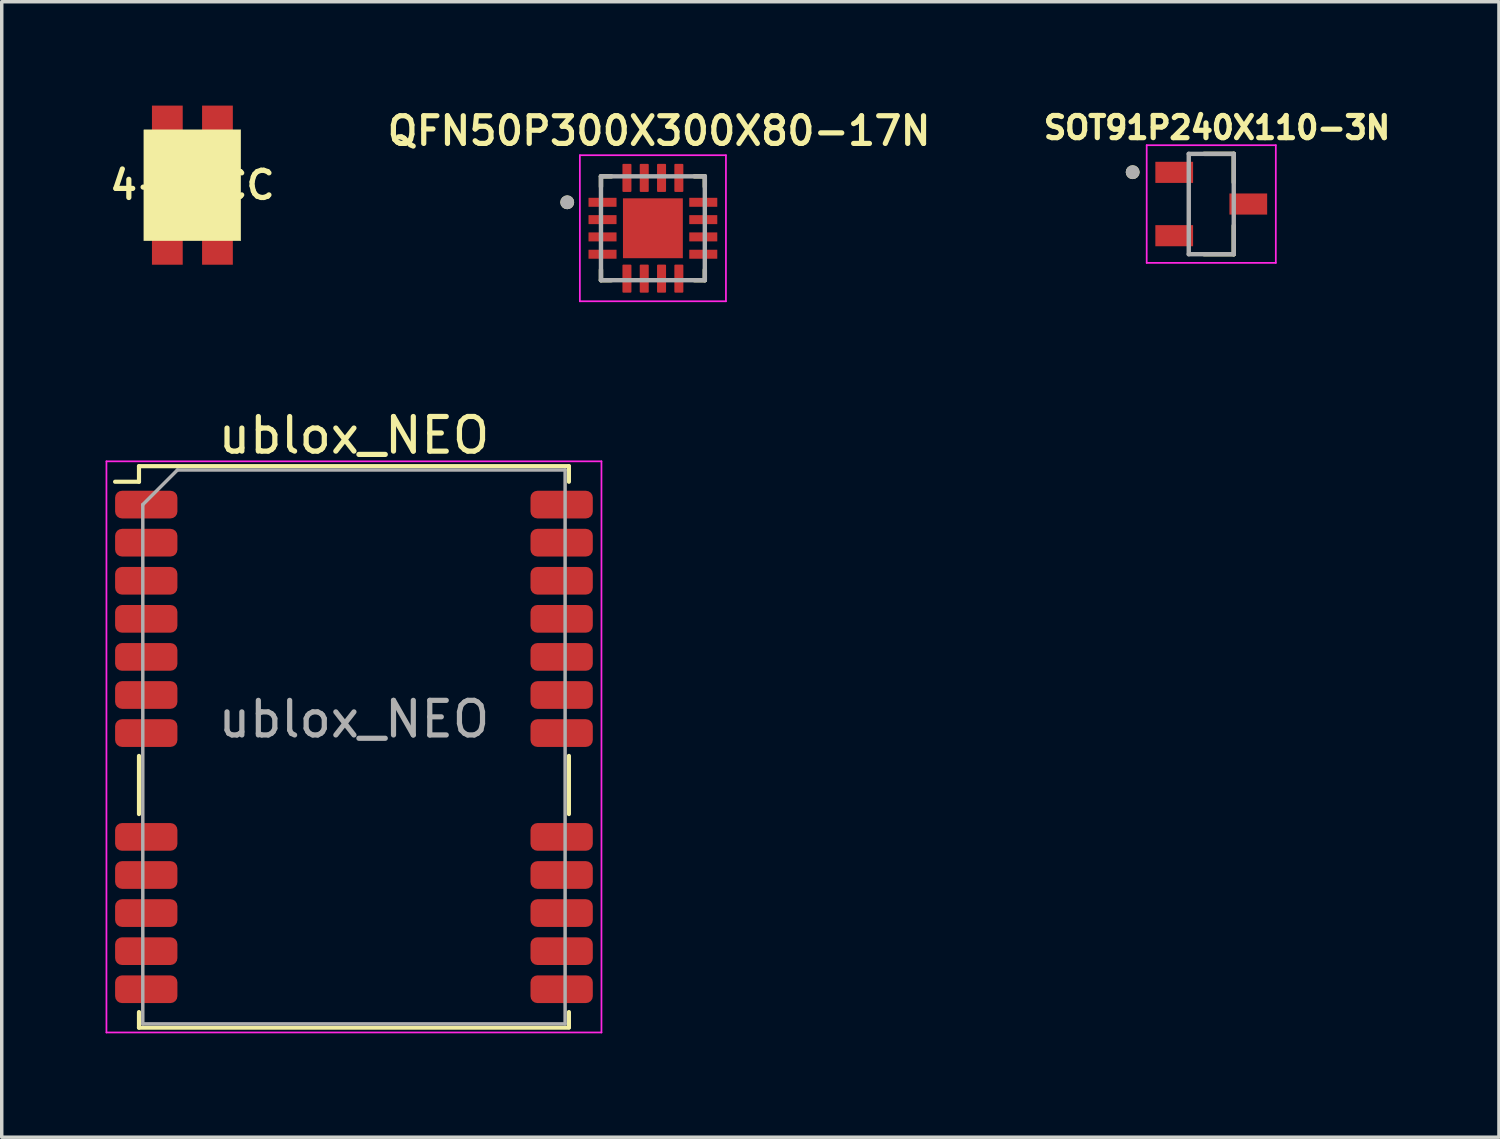
<source format=kicad_pcb>
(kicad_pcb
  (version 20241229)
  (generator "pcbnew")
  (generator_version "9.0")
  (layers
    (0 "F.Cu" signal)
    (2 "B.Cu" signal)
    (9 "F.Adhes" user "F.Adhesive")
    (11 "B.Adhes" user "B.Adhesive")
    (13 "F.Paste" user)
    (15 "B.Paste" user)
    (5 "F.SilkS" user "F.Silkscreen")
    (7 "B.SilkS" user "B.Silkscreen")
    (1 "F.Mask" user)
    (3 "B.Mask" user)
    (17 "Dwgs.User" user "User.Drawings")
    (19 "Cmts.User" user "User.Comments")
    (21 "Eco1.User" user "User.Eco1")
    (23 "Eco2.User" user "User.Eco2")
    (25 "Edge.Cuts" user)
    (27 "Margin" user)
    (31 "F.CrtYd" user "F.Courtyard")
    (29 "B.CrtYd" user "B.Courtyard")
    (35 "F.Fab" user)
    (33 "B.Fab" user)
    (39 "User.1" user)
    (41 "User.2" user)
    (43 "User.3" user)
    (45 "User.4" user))
  (footprint "ublox_NEO"
    (layer "F.Cu")
    (at 7.175 18.527)
    (property "Reference" "ublox_NEO" (at 0 -9 0) (layer "F.SilkS") (effects (font (size 1 1) (thickness 0.15))))
    (attr smd)
    (fp_line (start -6.9 -7.66) (end -6.21 -7.66) (stroke (width 0.12) (type solid)) (layer "F.SilkS"))
    (fp_line (start -6.21 -8.11) (end -6.21 -7.66) (stroke (width 0.12) (type solid)) (layer "F.SilkS"))
    (fp_line (start -6.21 -8.11) (end 6.21 -8.11) (stroke (width 0.12) (type solid)) (layer "F.SilkS"))
    (fp_line (start -6.21 0.26) (end -6.21 1.94) (stroke (width 0.12) (type solid)) (layer "F.SilkS"))
    (fp_line (start -6.21 7.66) (end -6.21 8.11) (stroke (width 0.12) (type solid)) (layer "F.SilkS"))
    (fp_line (start -6.21 8.11) (end 6.21 8.11) (stroke (width 0.12) (type solid)) (layer "F.SilkS"))
    (fp_line (start 6.21 -8.11) (end 6.21 -7.66) (stroke (width 0.12) (type solid)) (layer "F.SilkS"))
    (fp_line (start 6.21 0.26) (end 6.21 1.94) (stroke (width 0.12) (type solid)) (layer "F.SilkS"))
    (fp_line (start 6.21 7.66) (end 6.21 8.1) (stroke (width 0.12) (type solid)) (layer "F.SilkS"))
    (fp_line (start -7.15 -8.25) (end -7.15 8.25) (stroke (width 0.05) (type solid)) (layer "F.CrtYd"))
    (fp_line (start -7.15 -8.25) (end 7.15 -8.25) (stroke (width 0.05) (type solid)) (layer "F.CrtYd"))
    (fp_line (start -7.15 8.25) (end 7.15 8.25) (stroke (width 0.05) (type solid)) (layer "F.CrtYd"))
    (fp_line (start 7.15 -8.25) (end 7.15 8.25) (stroke (width 0.05) (type solid)) (layer "F.CrtYd"))
    (fp_line (start -6.1 -7) (end -6.1 8) (stroke (width 0.1) (type solid)) (layer "F.Fab"))
    (fp_line (start -6.1 8) (end 6.1 8) (stroke (width 0.1) (type solid)) (layer "F.Fab"))
    (fp_line (start -5.1 -8) (end -6.1 -7) (stroke (width 0.1) (type solid)) (layer "F.Fab"))
    (fp_line (start -5.1 -8) (end 6.1 -8) (stroke (width 0.1) (type solid)) (layer "F.Fab"))
    (fp_line (start 6.1 -8) (end 6.1 8) (stroke (width 0.1) (type solid)) (layer "F.Fab"))
    (fp_text user "${REFERENCE}" (at 0 -0.8 0) (layer "F.Fab") (effects (font (size 1 1) (thickness 0.15))))
    (pad "1" smd roundrect (at -6 -7) (size 1.8 0.8) (layers "F.Cu" "F.Mask" "F.Paste") (roundrect_rratio 0.25))
    (pad "2" smd roundrect (at -6 -5.9) (size 1.8 0.8) (layers "F.Cu" "F.Mask" "F.Paste") (roundrect_rratio 0.25))
    (pad "3" smd roundrect (at -6 -4.8) (size 1.8 0.8) (layers "F.Cu" "F.Mask" "F.Paste") (roundrect_rratio 0.25))
    (pad "4" smd roundrect (at -6 -3.7) (size 1.8 0.8) (layers "F.Cu" "F.Mask" "F.Paste") (roundrect_rratio 0.25))
    (pad "5" smd roundrect (at -6 -2.6) (size 1.8 0.8) (layers "F.Cu" "F.Mask" "F.Paste") (roundrect_rratio 0.25))
    (pad "6" smd roundrect (at -6 -1.5) (size 1.8 0.8) (layers "F.Cu" "F.Mask" "F.Paste") (roundrect_rratio 0.25))
    (pad "7" smd roundrect (at -6 -0.4) (size 1.8 0.8) (layers "F.Cu" "F.Mask" "F.Paste") (roundrect_rratio 0.25))
    (pad "8" smd roundrect (at -6 2.6) (size 1.8 0.8) (layers "F.Cu" "F.Mask" "F.Paste") (roundrect_rratio 0.25))
    (pad "9" smd roundrect (at -6 3.7) (size 1.8 0.8) (layers "F.Cu" "F.Mask" "F.Paste") (roundrect_rratio 0.25))
    (pad "10" smd roundrect (at -6 4.8) (size 1.8 0.8) (layers "F.Cu" "F.Mask" "F.Paste") (roundrect_rratio 0.25))
    (pad "11" smd roundrect (at -6 5.9) (size 1.8 0.8) (layers "F.Cu" "F.Mask" "F.Paste") (roundrect_rratio 0.25))
    (pad "12" smd roundrect (at -6 7) (size 1.8 0.8) (layers "F.Cu" "F.Mask" "F.Paste") (roundrect_rratio 0.25))
    (pad "13" smd roundrect (at 6 7) (size 1.8 0.8) (layers "F.Cu" "F.Mask" "F.Paste") (roundrect_rratio 0.25))
    (pad "14" smd roundrect (at 6 5.9) (size 1.8 0.8) (layers "F.Cu" "F.Mask" "F.Paste") (roundrect_rratio 0.25))
    (pad "15" smd roundrect (at 6 4.8) (size 1.8 0.8) (layers "F.Cu" "F.Mask" "F.Paste") (roundrect_rratio 0.25))
    (pad "16" smd roundrect (at 6 3.7) (size 1.8 0.8) (layers "F.Cu" "F.Mask" "F.Paste") (roundrect_rratio 0.25))
    (pad "17" smd roundrect (at 6 2.6) (size 1.8 0.8) (layers "F.Cu" "F.Mask" "F.Paste") (roundrect_rratio 0.25))
    (pad "18" smd roundrect (at 6 -0.4) (size 1.8 0.8) (layers "F.Cu" "F.Mask" "F.Paste") (roundrect_rratio 0.25))
    (pad "19" smd roundrect (at 6 -1.5) (size 1.8 0.8) (layers "F.Cu" "F.Mask" "F.Paste") (roundrect_rratio 0.25))
    (pad "20" smd roundrect (at 6 -2.6) (size 1.8 0.8) (layers "F.Cu" "F.Mask" "F.Paste") (roundrect_rratio 0.25))
    (pad "21" smd roundrect (at 6 -3.7) (size 1.8 0.8) (layers "F.Cu" "F.Mask" "F.Paste") (roundrect_rratio 0.25))
    (pad "22" smd roundrect (at 6 -4.8) (size 1.8 0.8) (layers "F.Cu" "F.Mask" "F.Paste") (roundrect_rratio 0.25))
    (pad "23" smd roundrect (at 6 -5.9) (size 1.8 0.8) (layers "F.Cu" "F.Mask" "F.Paste") (roundrect_rratio 0.25))
    (pad "24" smd roundrect (at 6 -7) (size 1.8 0.8) (layers "F.Cu" "F.Mask" "F.Paste") (roundrect_rratio 0.25)))
  (footprint "QFN50P300X300X80-17N"
    (layer "F.Cu")
    (at 15.811 3.544)
    (property "Reference" "QFN50P300X300X80-17N" (at 0.18 -2.813 0) (layer "F.SilkS") (effects (font (size 0.8 0.8) (thickness 0.15))))
    (attr through_hole)
    (fp_line (start -1.5 -1.5) (end -1.5 -1.2) (stroke (width 0.127) (type solid)) (layer "F.SilkS"))
    (fp_line (start -1.5 -1.5) (end -1.2 -1.5) (stroke (width 0.127) (type solid)) (layer "F.SilkS"))
    (fp_line (start -1.5 1.5) (end -1.5 1.2) (stroke (width 0.127) (type solid)) (layer "F.SilkS"))
    (fp_line (start -1.5 1.5) (end -1.2 1.5) (stroke (width 0.127) (type solid)) (layer "F.SilkS"))
    (fp_line (start 1.5 -1.5) (end 1.2 -1.5) (stroke (width 0.127) (type solid)) (layer "F.SilkS"))
    (fp_line (start 1.5 -1.5) (end 1.5 -1.2) (stroke (width 0.127) (type solid)) (layer "F.SilkS"))
    (fp_line (start 1.5 1.5) (end 1.2 1.5) (stroke (width 0.127) (type solid)) (layer "F.SilkS"))
    (fp_line (start 1.5 1.5) (end 1.5 1.2) (stroke (width 0.127) (type solid)) (layer "F.SilkS"))
    (fp_circle (center -2.475 -0.75) (end -2.375 -0.75) (stroke (width 0.2) (type solid)) (fill no) (layer "F.SilkS"))
    (fp_poly (pts (xy -0.55 -0.55) (xy 0.55 -0.55) (xy 0.55 0.55) (xy -0.55 0.55)) (stroke (width 0.01) (type solid)) (fill yes) (layer "F.Paste"))
    (fp_line (start -2.11 -2.11) (end 2.11 -2.11) (stroke (width 0.05) (type solid)) (layer "F.CrtYd"))
    (fp_line (start -2.11 2.11) (end -2.11 -2.11) (stroke (width 0.05) (type solid)) (layer "F.CrtYd"))
    (fp_line (start -2.11 2.11) (end 2.11 2.11) (stroke (width 0.05) (type solid)) (layer "F.CrtYd"))
    (fp_line (start 2.11 2.11) (end 2.11 -2.11) (stroke (width 0.05) (type solid)) (layer "F.CrtYd"))
    (fp_line (start -1.5 1.5) (end -1.5 -1.5) (stroke (width 0.127) (type solid)) (layer "F.Fab"))
    (fp_line (start 1.5 -1.5) (end -1.5 -1.5) (stroke (width 0.127) (type solid)) (layer "F.Fab"))
    (fp_line (start 1.5 1.5) (end -1.5 1.5) (stroke (width 0.127) (type solid)) (layer "F.Fab"))
    (fp_line (start 1.5 1.5) (end 1.5 -1.5) (stroke (width 0.127) (type solid)) (layer "F.Fab"))
    (fp_circle (center -2.475 -0.75) (end -2.375 -0.75) (stroke (width 0.2) (type solid)) (fill no) (layer "F.Fab"))
    (pad "1" smd roundrect (at -1.455 -0.75) (size 0.81 0.26) (layers "F.Cu" "F.Mask" "F.Paste") (roundrect_rratio 0.03))
    (pad "2" smd roundrect (at -1.455 -0.25) (size 0.81 0.26) (layers "F.Cu" "F.Mask" "F.Paste") (roundrect_rratio 0.03))
    (pad "3" smd roundrect (at -1.455 0.25) (size 0.81 0.26) (layers "F.Cu" "F.Mask" "F.Paste") (roundrect_rratio 0.03))
    (pad "4" smd roundrect (at -1.455 0.75) (size 0.81 0.26) (layers "F.Cu" "F.Mask" "F.Paste") (roundrect_rratio 0.03))
    (pad "5" smd roundrect (at -0.75 1.455) (size 0.26 0.81) (layers "F.Cu" "F.Mask" "F.Paste") (roundrect_rratio 0.1))
    (pad "6" smd roundrect (at -0.25 1.455) (size 0.26 0.81) (layers "F.Cu" "F.Mask" "F.Paste") (roundrect_rratio 0.1))
    (pad "7" smd roundrect (at 0.25 1.455) (size 0.26 0.81) (layers "F.Cu" "F.Mask" "F.Paste") (roundrect_rratio 0.1))
    (pad "8" smd roundrect (at 0.75 1.455) (size 0.26 0.81) (layers "F.Cu" "F.Mask" "F.Paste") (roundrect_rratio 0.1))
    (pad "9" smd roundrect (at 1.455 0.75) (size 0.81 0.26) (layers "F.Cu" "F.Mask" "F.Paste") (roundrect_rratio 0.03))
    (pad "10" smd roundrect (at 1.455 0.25) (size 0.81 0.26) (layers "F.Cu" "F.Mask" "F.Paste") (roundrect_rratio 0.03))
    (pad "11" smd roundrect (at 1.455 -0.25) (size 0.81 0.26) (layers "F.Cu" "F.Mask" "F.Paste") (roundrect_rratio 0.03))
    (pad "12" smd roundrect (at 1.455 -0.75) (size 0.81 0.26) (layers "F.Cu" "F.Mask" "F.Paste") (roundrect_rratio 0.03))
    (pad "13" smd roundrect (at 0.75 -1.455) (size 0.26 0.81) (layers "F.Cu" "F.Mask" "F.Paste") (roundrect_rratio 0.1))
    (pad "14" smd roundrect (at 0.25 -1.455) (size 0.26 0.81) (layers "F.Cu" "F.Mask" "F.Paste") (roundrect_rratio 0.1))
    (pad "15" smd roundrect (at -0.25 -1.455) (size 0.26 0.81) (layers "F.Cu" "F.Mask" "F.Paste") (roundrect_rratio 0.1))
    (pad "16" smd roundrect (at -0.75 -1.455) (size 0.26 0.81) (layers "F.Cu" "F.Mask" "F.Paste") (roundrect_rratio 0.1))
    (pad "17" smd rect (at 0 0) (size 1.73 1.73) (layers "F.Cu" "F.Mask")))
  (footprint "SOT91P240X110-3N"
    (layer "F.Cu")
    (at 31.941 2.844)
    (property "Reference" "SOT91P240X110-3N" (at 0.167 -2.206 0) (layer "F.SilkS") (effects (font (size 0.64 0.64) (thickness 0.15))))
    (attr through_hole)
    (fp_line (start -0.205 1.45) (end 0.65 1.45) (stroke (width 0.127) (type solid)) (layer "F.SilkS"))
    (fp_line (start 0.65 -1.45) (end -0.205 -1.45) (stroke (width 0.127) (type solid)) (layer "F.SilkS"))
    (fp_line (start 0.65 -0.625) (end 0.65 -1.45) (stroke (width 0.127) (type solid)) (layer "F.SilkS"))
    (fp_line (start 0.65 1.45) (end 0.65 0.625) (stroke (width 0.127) (type solid)) (layer "F.SilkS"))
    (fp_circle (center -2.27 -0.92) (end -2.17 -0.92) (stroke (width 0.2) (type solid)) (fill no) (layer "F.SilkS"))
    (fp_line (start -1.865 -1.7) (end -1.865 1.7) (stroke (width 0.05) (type solid)) (layer "F.CrtYd"))
    (fp_line (start -1.865 1.7) (end 1.865 1.7) (stroke (width 0.05) (type solid)) (layer "F.CrtYd"))
    (fp_line (start 1.865 -1.7) (end -1.865 -1.7) (stroke (width 0.05) (type solid)) (layer "F.CrtYd"))
    (fp_line (start 1.865 1.7) (end 1.865 -1.7) (stroke (width 0.05) (type solid)) (layer "F.CrtYd"))
    (fp_line (start -0.65 -1.45) (end -0.65 1.45) (stroke (width 0.127) (type solid)) (layer "F.Fab"))
    (fp_line (start -0.65 1.45) (end 0.65 1.45) (stroke (width 0.127) (type solid)) (layer "F.Fab"))
    (fp_line (start 0.65 -1.45) (end -0.65 -1.45) (stroke (width 0.127) (type solid)) (layer "F.Fab"))
    (fp_line (start 0.65 1.45) (end 0.65 -1.45) (stroke (width 0.127) (type solid)) (layer "F.Fab"))
    (fp_circle (center -2.27 -0.92) (end -2.17 -0.92) (stroke (width 0.2) (type solid)) (fill no) (layer "F.Fab"))
    (pad "1" smd rect (at -1.07 -0.915) (size 1.09 0.61) (layers "F.Cu" "F.Mask" "F.Paste"))
    (pad "2" smd rect (at -1.07 0.915) (size 1.09 0.61) (layers "F.Cu" "F.Mask" "F.Paste"))
    (pad "3" smd rect (at 1.07 0) (size 1.09 0.61) (layers "F.Cu" "F.Mask" "F.Paste")))
  (footprint "4-PLCC"
    (layer "F.Cu")
    (at 2.508 2.299)
    (property "Reference" "4-PLCC" (at 0 0 0) (layer "F.SilkS") (effects (font (size 0.787 0.787) (thickness 0.15))))
    (attr through_hole)
    (fp_poly (pts (xy -1.402 -1.6) (xy 1.397 -1.6) (xy 1.397 1.606) (xy -1.402 1.606)) (stroke (width 0.01) (type solid)) (fill yes) (layer "F.SilkS"))
    (pad "P$1" smd rect (at -0.724 -1.549) (size 0.889 1.499) (layers "F.Cu" "F.Mask" "F.Paste"))
    (pad "P$2" smd rect (at -0.724 1.549) (size 0.889 1.499) (layers "F.Cu" "F.Mask" "F.Paste"))
    (pad "P$3" smd rect (at 0.724 -1.549) (size 0.889 1.499) (layers "F.Cu" "F.Mask" "F.Paste"))
    (pad "P$4" smd rect (at 0.724 1.549) (size 0.889 1.499) (layers "F.Cu" "F.Mask" "F.Paste")))
  (gr_rect
    (start -3 -3)
    (end 40.252 29.802)
    (stroke (width 0.1) (type default))
    (fill no)
    (layer "Edge.Cuts")))
</source>
